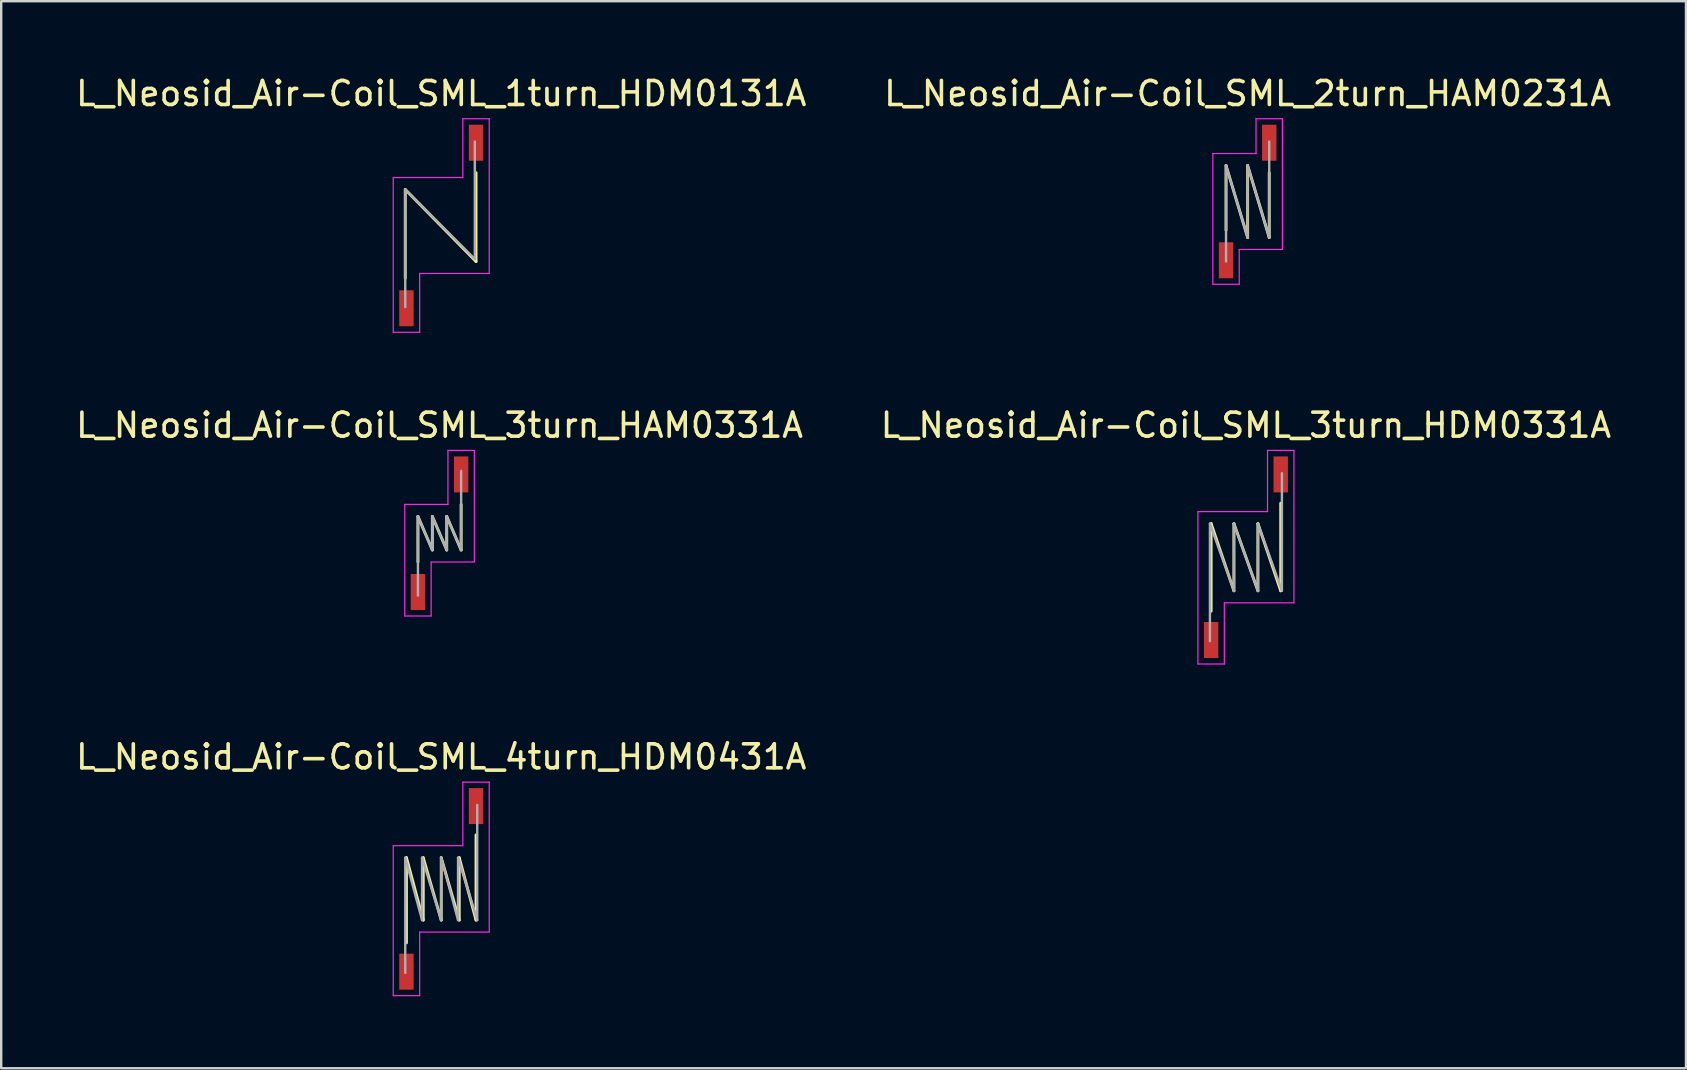
<source format=kicad_pcb>
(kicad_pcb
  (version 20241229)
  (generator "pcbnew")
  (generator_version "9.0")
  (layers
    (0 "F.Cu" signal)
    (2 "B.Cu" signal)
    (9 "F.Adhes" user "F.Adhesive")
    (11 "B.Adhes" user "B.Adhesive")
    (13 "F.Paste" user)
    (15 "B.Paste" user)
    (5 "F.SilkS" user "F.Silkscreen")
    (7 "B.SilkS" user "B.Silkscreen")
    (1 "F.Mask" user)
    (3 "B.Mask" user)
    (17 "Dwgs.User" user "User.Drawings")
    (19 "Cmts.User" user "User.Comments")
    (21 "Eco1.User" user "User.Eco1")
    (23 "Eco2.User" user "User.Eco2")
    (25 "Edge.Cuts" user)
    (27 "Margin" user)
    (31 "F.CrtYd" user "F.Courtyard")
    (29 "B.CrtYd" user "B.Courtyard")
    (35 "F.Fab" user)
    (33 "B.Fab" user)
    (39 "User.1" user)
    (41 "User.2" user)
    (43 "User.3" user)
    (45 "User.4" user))
  (footprint "L_Neosid_Air-Coil_SML_1turn_HDM0131A"
    (layer "F.Cu")
    (at 15.339 6.348)
    (property "Reference" "L_Neosid_Air-Coil_SML_1turn_HDM0131A" (at 0 -5.5 0) (layer "F.SilkS") (effects (font (size 1 1) (thickness 0.15))))
    (attr smd)
    (fp_line (start -1.5 -1.5) (end -1.5 2.2) (stroke (width 0.12) (type solid)) (layer "F.SilkS"))
    (fp_line (start -1.5 -1.5) (end 1.45 1.5) (stroke (width 0.12) (type solid)) (layer "F.SilkS"))
    (fp_line (start 1.45 1.5) (end 1.45 -2.2) (stroke (width 0.12) (type solid)) (layer "F.SilkS"))
    (fp_line (start -2 -2) (end -2 4.45) (stroke (width 0.05) (type solid)) (layer "F.CrtYd"))
    (fp_line (start -2 4.45) (end -0.9 4.45) (stroke (width 0.05) (type solid)) (layer "F.CrtYd"))
    (fp_line (start -0.9 2) (end 2 2) (stroke (width 0.05) (type solid)) (layer "F.CrtYd"))
    (fp_line (start -0.9 4.45) (end -0.9 2) (stroke (width 0.05) (type solid)) (layer "F.CrtYd"))
    (fp_line (start 0.9 -4.45) (end 0.9 -2) (stroke (width 0.05) (type solid)) (layer "F.CrtYd"))
    (fp_line (start 0.9 -2) (end -2 -2) (stroke (width 0.05) (type solid)) (layer "F.CrtYd"))
    (fp_line (start 2 -4.45) (end 0.9 -4.45) (stroke (width 0.05) (type solid)) (layer "F.CrtYd"))
    (fp_line (start 2 2) (end 2 -4.45) (stroke (width 0.05) (type solid)) (layer "F.CrtYd"))
    (fp_line (start -1.5 -1.5) (end 1.4 1.4) (stroke (width 0.1) (type solid)) (layer "F.Fab"))
    (fp_line (start -1.5 3.4) (end -1.5 -1.5) (stroke (width 0.1) (type solid)) (layer "F.Fab"))
    (fp_line (start 1.4 1.4) (end 1.4 -3.5) (stroke (width 0.1) (type solid)) (layer "F.Fab"))
    (pad "1" smd rect (at -1.45 3.45) (size 0.6 1.5) (layers "F.Cu" "F.Mask" "F.Paste"))
    (pad "2" smd rect (at 1.45 -3.45) (size 0.6 1.5) (layers "F.Cu" "F.Mask" "F.Paste")))
  (footprint "L_Neosid_Air-Coil_SML_2turn_HAM0231A"
    (layer "F.Cu")
    (at 48.946 5.348)
    (property "Reference" "L_Neosid_Air-Coil_SML_2turn_HAM0231A" (at 0 -4.5 0) (layer "F.SilkS") (effects (font (size 1 1) (thickness 0.15))))
    (attr smd)
    (fp_line (start -0.9 -1.5) (end 0 1.5) (stroke (width 0.12) (type solid)) (layer "F.SilkS"))
    (fp_line (start -0.9 1.2) (end -0.9 -1.5) (stroke (width 0.12) (type solid)) (layer "F.SilkS"))
    (fp_line (start 0 -1.5) (end 0.9 1.5) (stroke (width 0.12) (type solid)) (layer "F.SilkS"))
    (fp_line (start 0 1.5) (end 0 -1.5) (stroke (width 0.12) (type solid)) (layer "F.SilkS"))
    (fp_line (start 0.9 -1.2) (end 0.9 1.5) (stroke (width 0.12) (type solid)) (layer "F.SilkS"))
    (fp_line (start -1.45 -2) (end -1.45 3.45) (stroke (width 0.05) (type solid)) (layer "F.CrtYd"))
    (fp_line (start -1.45 3.45) (end -0.35 3.45) (stroke (width 0.05) (type solid)) (layer "F.CrtYd"))
    (fp_line (start -0.35 2) (end 1.45 2) (stroke (width 0.05) (type solid)) (layer "F.CrtYd"))
    (fp_line (start -0.35 3.45) (end -0.35 2) (stroke (width 0.05) (type solid)) (layer "F.CrtYd"))
    (fp_line (start 0.35 -3.45) (end 0.35 -2) (stroke (width 0.05) (type solid)) (layer "F.CrtYd"))
    (fp_line (start 0.35 -2) (end -1.45 -2) (stroke (width 0.05) (type solid)) (layer "F.CrtYd"))
    (fp_line (start 1.45 -3.45) (end 0.35 -3.45) (stroke (width 0.05) (type solid)) (layer "F.CrtYd"))
    (fp_line (start 1.45 2) (end 1.45 -3.45) (stroke (width 0.05) (type solid)) (layer "F.CrtYd"))
    (fp_line (start -0.9 -1.5) (end 0 1.5) (stroke (width 0.1) (type solid)) (layer "F.Fab"))
    (fp_line (start -0.9 2.5) (end -0.9 -1.5) (stroke (width 0.1) (type solid)) (layer "F.Fab"))
    (fp_line (start 0 -1.5) (end 0.9 1.5) (stroke (width 0.1) (type solid)) (layer "F.Fab"))
    (fp_line (start 0 1.5) (end 0 -1.5) (stroke (width 0.1) (type solid)) (layer "F.Fab"))
    (fp_line (start 0.9 1.5) (end 0.9 -2.5) (stroke (width 0.1) (type solid)) (layer "F.Fab"))
    (pad "1" smd rect (at -0.9 2.45) (size 0.6 1.5) (layers "F.Cu" "F.Mask" "F.Paste"))
    (pad "2" smd rect (at 0.9 -2.45) (size 0.6 1.5) (layers "F.Cu" "F.Mask" "F.Paste")))
  (footprint "L_Neosid_Air-Coil_SML_3turn_HDM0331A"
    (layer "F.Cu")
    (at 48.875 20.172)
    (property "Reference" "L_Neosid_Air-Coil_SML_3turn_HDM0331A" (at 0 -5.5 0) (layer "F.SilkS") (effects (font (size 1 1) (thickness 0.15))))
    (attr smd)
    (fp_line (start -1.45 -1.4) (end -1.45 2.25) (stroke (width 0.12) (type solid)) (layer "F.SilkS"))
    (fp_line (start -1.45 -1.4) (end -0.5 1.4) (stroke (width 0.12) (type solid)) (layer "F.SilkS"))
    (fp_line (start -0.5 -1.4) (end -0.5 1.4) (stroke (width 0.12) (type solid)) (layer "F.SilkS"))
    (fp_line (start -0.5 -1.4) (end 0.5 1.4) (stroke (width 0.12) (type solid)) (layer "F.SilkS"))
    (fp_line (start 0.5 -1.4) (end 0.5 1.4) (stroke (width 0.12) (type solid)) (layer "F.SilkS"))
    (fp_line (start 0.5 -1.4) (end 1.45 1.4) (stroke (width 0.12) (type solid)) (layer "F.SilkS"))
    (fp_line (start 1.45 1.4) (end 1.45 -2.25) (stroke (width 0.12) (type solid)) (layer "F.SilkS"))
    (fp_line (start -2 -1.9) (end -2 4.45) (stroke (width 0.05) (type solid)) (layer "F.CrtYd"))
    (fp_line (start -2 4.45) (end -0.9 4.45) (stroke (width 0.05) (type solid)) (layer "F.CrtYd"))
    (fp_line (start -0.9 1.9) (end 2 1.9) (stroke (width 0.05) (type solid)) (layer "F.CrtYd"))
    (fp_line (start -0.9 4.45) (end -0.9 1.9) (stroke (width 0.05) (type solid)) (layer "F.CrtYd"))
    (fp_line (start 0.9 -4.45) (end 0.9 -1.9) (stroke (width 0.05) (type solid)) (layer "F.CrtYd"))
    (fp_line (start 0.9 -1.9) (end -2 -1.9) (stroke (width 0.05) (type solid)) (layer "F.CrtYd"))
    (fp_line (start 2 -4.45) (end 0.9 -4.45) (stroke (width 0.05) (type solid)) (layer "F.CrtYd"))
    (fp_line (start 2 1.9) (end 2 -4.45) (stroke (width 0.05) (type solid)) (layer "F.CrtYd"))
    (fp_line (start -1.5 -1.4) (end -0.5 1.4) (stroke (width 0.1) (type solid)) (layer "F.Fab"))
    (fp_line (start -1.5 3.5) (end -1.5 -1.4) (stroke (width 0.1) (type solid)) (layer "F.Fab"))
    (fp_line (start -0.5 -1.4) (end 0.5 1.4) (stroke (width 0.1) (type solid)) (layer "F.Fab"))
    (fp_line (start -0.5 1.4) (end -0.5 -1.4) (stroke (width 0.1) (type solid)) (layer "F.Fab"))
    (fp_line (start 0.5 -1.4) (end 1.5 1.4) (stroke (width 0.1) (type solid)) (layer "F.Fab"))
    (fp_line (start 0.5 1.4) (end 0.5 -1.4) (stroke (width 0.1) (type solid)) (layer "F.Fab"))
    (fp_line (start 1.5 1.4) (end 1.5 -3.5) (stroke (width 0.1) (type solid)) (layer "F.Fab"))
    (pad "1" smd rect (at -1.45 3.45) (size 0.6 1.5) (layers "F.Cu" "F.Mask" "F.Paste"))
    (pad "2" smd rect (at 1.45 -3.45) (size 0.6 1.5) (layers "F.Cu" "F.Mask" "F.Paste")))
  (footprint "L_Neosid_Air-Coil_SML_4turn_HDM0431A"
    (layer "F.Cu")
    (at 15.339 33.995)
    (property "Reference" "L_Neosid_Air-Coil_SML_4turn_HDM0431A" (at 0 -5.5 0) (layer "F.SilkS") (effects (font (size 1 1) (thickness 0.15))))
    (attr smd)
    (fp_line (start -1.45 -1.3) (end -1.45 2.25) (stroke (width 0.12) (type solid)) (layer "F.SilkS"))
    (fp_line (start -1.45 -1.3) (end -0.75 1.3) (stroke (width 0.12) (type solid)) (layer "F.SilkS"))
    (fp_line (start -0.75 -1.3) (end -0.75 1.3) (stroke (width 0.12) (type solid)) (layer "F.SilkS"))
    (fp_line (start -0.75 -1.3) (end 0 1.3) (stroke (width 0.12) (type solid)) (layer "F.SilkS"))
    (fp_line (start 0 -1.3) (end 0 1.3) (stroke (width 0.12) (type solid)) (layer "F.SilkS"))
    (fp_line (start 0 -1.3) (end 0.75 1.3) (stroke (width 0.12) (type solid)) (layer "F.SilkS"))
    (fp_line (start 0.75 -1.3) (end 0.75 1.3) (stroke (width 0.12) (type solid)) (layer "F.SilkS"))
    (fp_line (start 0.75 -1.3) (end 1.45 1.3) (stroke (width 0.12) (type solid)) (layer "F.SilkS"))
    (fp_line (start 1.45 1.3) (end 1.45 -2.25) (stroke (width 0.12) (type solid)) (layer "F.SilkS"))
    (fp_line (start -2 -1.8) (end -2 4.45) (stroke (width 0.05) (type solid)) (layer "F.CrtYd"))
    (fp_line (start -2 4.45) (end -0.9 4.45) (stroke (width 0.05) (type solid)) (layer "F.CrtYd"))
    (fp_line (start -0.9 1.8) (end 2 1.8) (stroke (width 0.05) (type solid)) (layer "F.CrtYd"))
    (fp_line (start -0.9 4.45) (end -0.9 1.8) (stroke (width 0.05) (type solid)) (layer "F.CrtYd"))
    (fp_line (start 0.9 -4.45) (end 0.9 -1.8) (stroke (width 0.05) (type solid)) (layer "F.CrtYd"))
    (fp_line (start 0.9 -1.8) (end -2 -1.8) (stroke (width 0.05) (type solid)) (layer "F.CrtYd"))
    (fp_line (start 2 -4.45) (end 0.9 -4.45) (stroke (width 0.05) (type solid)) (layer "F.CrtYd"))
    (fp_line (start 2 1.8) (end 2 -4.45) (stroke (width 0.05) (type solid)) (layer "F.CrtYd"))
    (fp_line (start -1.5 -1.3) (end -0.8 1.3) (stroke (width 0.1) (type solid)) (layer "F.Fab"))
    (fp_line (start -1.5 3.5) (end -1.5 -1.3) (stroke (width 0.1) (type solid)) (layer "F.Fab"))
    (fp_line (start -0.8 -1.3) (end 0 1.3) (stroke (width 0.1) (type solid)) (layer "F.Fab"))
    (fp_line (start -0.8 1.3) (end -0.8 -1.3) (stroke (width 0.1) (type solid)) (layer "F.Fab"))
    (fp_line (start 0 -1.3) (end 0.7 1.3) (stroke (width 0.1) (type solid)) (layer "F.Fab"))
    (fp_line (start 0 1.3) (end 0 -1.3) (stroke (width 0.1) (type solid)) (layer "F.Fab"))
    (fp_line (start 0.7 -1.3) (end 1.5 1.3) (stroke (width 0.1) (type solid)) (layer "F.Fab"))
    (fp_line (start 0.7 1.3) (end 0.7 -1.3) (stroke (width 0.1) (type solid)) (layer "F.Fab"))
    (fp_line (start 1.5 1.3) (end 1.5 -3.5) (stroke (width 0.1) (type solid)) (layer "F.Fab"))
    (pad "1" smd rect (at -1.45 3.45) (size 0.6 1.5) (layers "F.Cu" "F.Mask" "F.Paste"))
    (pad "2" smd rect (at 1.45 -3.45) (size 0.6 1.5) (layers "F.Cu" "F.Mask" "F.Paste")))
  (footprint "L_Neosid_Air-Coil_SML_3turn_HAM0331A"
    (layer "F.Cu")
    (at 15.268 19.172)
    (property "Reference" "L_Neosid_Air-Coil_SML_3turn_HAM0331A" (at 0 -4.5 0) (layer "F.SilkS") (effects (font (size 1 1) (thickness 0.15))))
    (attr smd)
    (fp_line (start -0.9 -0.7) (end -0.3 0.7) (stroke (width 0.12) (type solid)) (layer "F.SilkS"))
    (fp_line (start -0.9 1.2) (end -0.9 -0.7) (stroke (width 0.12) (type solid)) (layer "F.SilkS"))
    (fp_line (start -0.3 -0.7) (end 0.3 0.7) (stroke (width 0.12) (type solid)) (layer "F.SilkS"))
    (fp_line (start -0.3 0.7) (end -0.3 -0.7) (stroke (width 0.12) (type solid)) (layer "F.SilkS"))
    (fp_line (start 0.3 -0.7) (end 0.9 0.7) (stroke (width 0.12) (type solid)) (layer "F.SilkS"))
    (fp_line (start 0.3 0.7) (end 0.3 -0.7) (stroke (width 0.12) (type solid)) (layer "F.SilkS"))
    (fp_line (start 0.9 -1.2) (end 0.9 0.7) (stroke (width 0.12) (type solid)) (layer "F.SilkS"))
    (fp_line (start -1.45 -1.2) (end -1.45 3.45) (stroke (width 0.05) (type solid)) (layer "F.CrtYd"))
    (fp_line (start -1.45 3.45) (end -0.35 3.45) (stroke (width 0.05) (type solid)) (layer "F.CrtYd"))
    (fp_line (start -0.35 1.2) (end 1.45 1.2) (stroke (width 0.05) (type solid)) (layer "F.CrtYd"))
    (fp_line (start -0.35 3.45) (end -0.35 1.2) (stroke (width 0.05) (type solid)) (layer "F.CrtYd"))
    (fp_line (start 0.35 -3.45) (end 0.35 -1.2) (stroke (width 0.05) (type solid)) (layer "F.CrtYd"))
    (fp_line (start 0.35 -1.2) (end -1.45 -1.2) (stroke (width 0.05) (type solid)) (layer "F.CrtYd"))
    (fp_line (start 1.45 -3.45) (end 0.35 -3.45) (stroke (width 0.05) (type solid)) (layer "F.CrtYd"))
    (fp_line (start 1.45 1.2) (end 1.45 -3.45) (stroke (width 0.05) (type solid)) (layer "F.CrtYd"))
    (fp_line (start -0.9 -0.7) (end -0.3 0.7) (stroke (width 0.1) (type solid)) (layer "F.Fab"))
    (fp_line (start -0.9 2.6) (end -0.9 -0.7) (stroke (width 0.1) (type solid)) (layer "F.Fab"))
    (fp_line (start -0.3 -0.7) (end 0.3 0.7) (stroke (width 0.1) (type solid)) (layer "F.Fab"))
    (fp_line (start -0.3 0.7) (end -0.3 -0.7) (stroke (width 0.1) (type solid)) (layer "F.Fab"))
    (fp_line (start 0.3 -0.7) (end 0.9 0.7) (stroke (width 0.1) (type solid)) (layer "F.Fab"))
    (fp_line (start 0.3 0.7) (end 0.3 -0.7) (stroke (width 0.1) (type solid)) (layer "F.Fab"))
    (fp_line (start 0.9 0.7) (end 0.9 -2.6) (stroke (width 0.1) (type solid)) (layer "F.Fab"))
    (pad "1" smd rect (at -0.9 2.45) (size 0.6 1.5) (layers "F.Cu" "F.Mask" "F.Paste"))
    (pad "2" smd rect (at 0.9 -2.45) (size 0.6 1.5) (layers "F.Cu" "F.Mask" "F.Paste")))
  (gr_rect
    (start -3 -3)
    (end 67.214 41.47)
    (stroke (width 0.1) (type default))
    (fill no)
    (layer "Edge.Cuts")))
</source>
